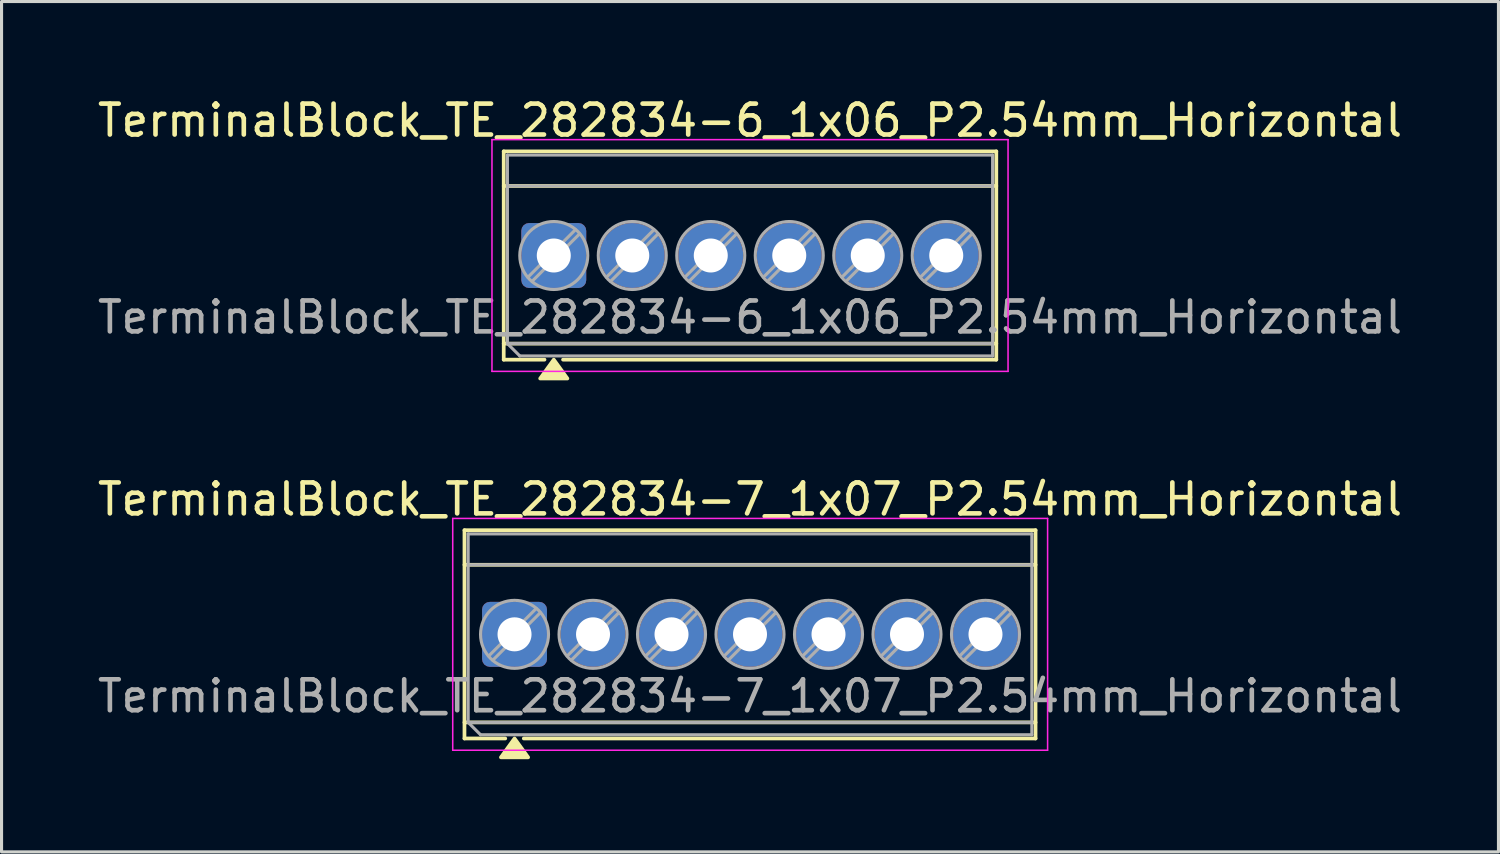
<source format=kicad_pcb>
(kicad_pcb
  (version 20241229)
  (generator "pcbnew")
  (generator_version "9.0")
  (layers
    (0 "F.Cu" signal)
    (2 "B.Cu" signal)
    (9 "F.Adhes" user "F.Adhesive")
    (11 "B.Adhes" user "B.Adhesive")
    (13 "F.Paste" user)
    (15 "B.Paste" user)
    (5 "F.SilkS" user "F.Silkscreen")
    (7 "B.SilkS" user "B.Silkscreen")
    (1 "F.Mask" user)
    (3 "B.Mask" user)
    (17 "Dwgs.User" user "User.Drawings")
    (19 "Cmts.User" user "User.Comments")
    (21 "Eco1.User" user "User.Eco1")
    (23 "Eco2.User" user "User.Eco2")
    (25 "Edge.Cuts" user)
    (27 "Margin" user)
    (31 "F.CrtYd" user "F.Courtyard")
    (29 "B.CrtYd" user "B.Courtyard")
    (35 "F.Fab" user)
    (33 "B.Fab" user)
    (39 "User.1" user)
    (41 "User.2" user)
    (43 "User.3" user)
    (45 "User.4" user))
  (footprint "TerminalBlock_TE_282834-6_1x06_P2.54mm_Horizontal"
    (layer "F.Cu")
    (at 14.87 5.218)
    (property "Reference" "TerminalBlock_TE_282834-6_1x06_P2.54mm_Horizontal" (at 6.35 -4.37 0) (layer "F.SilkS") (effects (font (size 1 1) (thickness 0.15))))
    (attr through_hole)
    (fp_line (start -1.62 -3.37) (end -1.62 3.37) (stroke (width 0.12) (type solid)) (layer "F.SilkS"))
    (fp_line (start -1.62 -3.37) (end 14.32 -3.37) (stroke (width 0.12) (type solid)) (layer "F.SilkS"))
    (fp_line (start -1.62 -2.25) (end 14.32 -2.25) (stroke (width 0.12) (type solid)) (layer "F.SilkS"))
    (fp_line (start -1.62 2.85) (end 14.32 2.85) (stroke (width 0.12) (type solid)) (layer "F.SilkS"))
    (fp_line (start -1.62 3.37) (end -0.3 3.37) (stroke (width 0.12) (type solid)) (layer "F.SilkS"))
    (fp_line (start 0.3 3.37) (end 14.32 3.37) (stroke (width 0.12) (type solid)) (layer "F.SilkS"))
    (fp_line (start 14.32 -3.37) (end 14.32 3.37) (stroke (width 0.12) (type solid)) (layer "F.SilkS"))
    (fp_poly (pts (xy 0 3.37) (xy 0.44 3.98) (xy -0.44 3.98)) (stroke (width 0.12) (type solid)) (fill yes) (layer "F.SilkS"))
    (fp_line (start -2 -3.75) (end -2 3.75) (stroke (width 0.05) (type solid)) (layer "F.CrtYd"))
    (fp_line (start -2 3.75) (end 14.7 3.75) (stroke (width 0.05) (type solid)) (layer "F.CrtYd"))
    (fp_line (start 14.7 -3.75) (end -2 -3.75) (stroke (width 0.05) (type solid)) (layer "F.CrtYd"))
    (fp_line (start 14.7 3.75) (end 14.7 -3.75) (stroke (width 0.05) (type solid)) (layer "F.CrtYd"))
    (fp_line (start -1.5 -3.25) (end 14.2 -3.25) (stroke (width 0.1) (type solid)) (layer "F.Fab"))
    (fp_line (start -1.5 -2.25) (end 14.2 -2.25) (stroke (width 0.1) (type solid)) (layer "F.Fab"))
    (fp_line (start -1.5 2.85) (end -1.5 -3.25) (stroke (width 0.1) (type solid)) (layer "F.Fab"))
    (fp_line (start -1.5 2.85) (end 14.2 2.85) (stroke (width 0.1) (type solid)) (layer "F.Fab"))
    (fp_line (start -1.1 3.25) (end -1.5 2.85) (stroke (width 0.1) (type solid)) (layer "F.Fab"))
    (fp_line (start 0.7 -0.834) (end -0.834 0.7) (stroke (width 0.1) (type solid)) (layer "F.Fab"))
    (fp_line (start 0.834 -0.7) (end -0.7 0.834) (stroke (width 0.1) (type solid)) (layer "F.Fab"))
    (fp_line (start 3.24 -0.834) (end 1.706 0.7) (stroke (width 0.1) (type solid)) (layer "F.Fab"))
    (fp_line (start 3.374 -0.7) (end 1.84 0.834) (stroke (width 0.1) (type solid)) (layer "F.Fab"))
    (fp_line (start 5.78 -0.834) (end 4.246 0.7) (stroke (width 0.1) (type solid)) (layer "F.Fab"))
    (fp_line (start 5.914 -0.7) (end 4.38 0.834) (stroke (width 0.1) (type solid)) (layer "F.Fab"))
    (fp_line (start 8.32 -0.834) (end 6.786 0.7) (stroke (width 0.1) (type solid)) (layer "F.Fab"))
    (fp_line (start 8.454 -0.7) (end 6.92 0.834) (stroke (width 0.1) (type solid)) (layer "F.Fab"))
    (fp_line (start 10.86 -0.834) (end 9.326 0.7) (stroke (width 0.1) (type solid)) (layer "F.Fab"))
    (fp_line (start 10.994 -0.7) (end 9.46 0.834) (stroke (width 0.1) (type solid)) (layer "F.Fab"))
    (fp_line (start 13.4 -0.834) (end 11.866 0.7) (stroke (width 0.1) (type solid)) (layer "F.Fab"))
    (fp_line (start 13.534 -0.7) (end 12 0.834) (stroke (width 0.1) (type solid)) (layer "F.Fab"))
    (fp_line (start 14.2 -3.25) (end 14.2 3.25) (stroke (width 0.1) (type solid)) (layer "F.Fab"))
    (fp_line (start 14.2 3.25) (end -1.1 3.25) (stroke (width 0.1) (type solid)) (layer "F.Fab"))
    (fp_circle (center 0 0) (end 1.1 0) (stroke (width 0.1) (type solid)) (fill no) (layer "F.Fab"))
    (fp_circle (center 2.54 0) (end 3.64 0) (stroke (width 0.1) (type solid)) (fill no) (layer "F.Fab"))
    (fp_circle (center 5.08 0) (end 6.18 0) (stroke (width 0.1) (type solid)) (fill no) (layer "F.Fab"))
    (fp_circle (center 7.62 0) (end 8.72 0) (stroke (width 0.1) (type solid)) (fill no) (layer "F.Fab"))
    (fp_circle (center 10.16 0) (end 11.26 0) (stroke (width 0.1) (type solid)) (fill no) (layer "F.Fab"))
    (fp_circle (center 12.7 0) (end 13.8 0) (stroke (width 0.1) (type solid)) (fill no) (layer "F.Fab"))
    (fp_text user "${REFERENCE}" (at 6.35 2 0) (layer "F.Fab") (effects (font (size 1 1) (thickness 0.15))))
    (pad "1" thru_hole roundrect (at 0 0) (size 2.1 2.1) (drill 1.1) (layers "*.Cu" "*.Mask") (roundrect_rratio 0.119))
    (pad "2" thru_hole circle (at 2.54 0) (size 2.1 2.1) (drill 1.1) (layers "*.Cu" "*.Mask"))
    (pad "3" thru_hole circle (at 5.08 0) (size 2.1 2.1) (drill 1.1) (layers "*.Cu" "*.Mask"))
    (pad "4" thru_hole circle (at 7.62 0) (size 2.1 2.1) (drill 1.1) (layers "*.Cu" "*.Mask"))
    (pad "5" thru_hole circle (at 10.16 0) (size 2.1 2.1) (drill 1.1) (layers "*.Cu" "*.Mask"))
    (pad "6" thru_hole circle (at 12.7 0) (size 2.1 2.1) (drill 1.1) (layers "*.Cu" "*.Mask")))
  (footprint "TerminalBlock_TE_282834-7_1x07_P2.54mm_Horizontal"
    (layer "F.Cu")
    (at 13.6 17.477)
    (property "Reference" "TerminalBlock_TE_282834-7_1x07_P2.54mm_Horizontal" (at 7.62 -4.37 0) (layer "F.SilkS") (effects (font (size 1 1) (thickness 0.15))))
    (attr through_hole)
    (fp_line (start -1.62 -3.37) (end -1.62 3.37) (stroke (width 0.12) (type solid)) (layer "F.SilkS"))
    (fp_line (start -1.62 -3.37) (end 16.86 -3.37) (stroke (width 0.12) (type solid)) (layer "F.SilkS"))
    (fp_line (start -1.62 -2.25) (end 16.86 -2.25) (stroke (width 0.12) (type solid)) (layer "F.SilkS"))
    (fp_line (start -1.62 2.85) (end 16.86 2.85) (stroke (width 0.12) (type solid)) (layer "F.SilkS"))
    (fp_line (start -1.62 3.37) (end -0.3 3.37) (stroke (width 0.12) (type solid)) (layer "F.SilkS"))
    (fp_line (start 0.3 3.37) (end 16.86 3.37) (stroke (width 0.12) (type solid)) (layer "F.SilkS"))
    (fp_line (start 16.86 -3.37) (end 16.86 3.37) (stroke (width 0.12) (type solid)) (layer "F.SilkS"))
    (fp_poly (pts (xy 0 3.37) (xy 0.44 3.98) (xy -0.44 3.98)) (stroke (width 0.12) (type solid)) (fill yes) (layer "F.SilkS"))
    (fp_line (start -2 -3.75) (end -2 3.75) (stroke (width 0.05) (type solid)) (layer "F.CrtYd"))
    (fp_line (start -2 3.75) (end 17.25 3.75) (stroke (width 0.05) (type solid)) (layer "F.CrtYd"))
    (fp_line (start 17.25 -3.75) (end -2 -3.75) (stroke (width 0.05) (type solid)) (layer "F.CrtYd"))
    (fp_line (start 17.25 3.75) (end 17.25 -3.75) (stroke (width 0.05) (type solid)) (layer "F.CrtYd"))
    (fp_line (start -1.5 -3.25) (end 16.74 -3.25) (stroke (width 0.1) (type solid)) (layer "F.Fab"))
    (fp_line (start -1.5 -2.25) (end 16.74 -2.25) (stroke (width 0.1) (type solid)) (layer "F.Fab"))
    (fp_line (start -1.5 2.85) (end -1.5 -3.25) (stroke (width 0.1) (type solid)) (layer "F.Fab"))
    (fp_line (start -1.5 2.85) (end 16.74 2.85) (stroke (width 0.1) (type solid)) (layer "F.Fab"))
    (fp_line (start -1.1 3.25) (end -1.5 2.85) (stroke (width 0.1) (type solid)) (layer "F.Fab"))
    (fp_line (start 0.7 -0.834) (end -0.834 0.7) (stroke (width 0.1) (type solid)) (layer "F.Fab"))
    (fp_line (start 0.834 -0.7) (end -0.7 0.834) (stroke (width 0.1) (type solid)) (layer "F.Fab"))
    (fp_line (start 3.24 -0.834) (end 1.706 0.7) (stroke (width 0.1) (type solid)) (layer "F.Fab"))
    (fp_line (start 3.374 -0.7) (end 1.84 0.834) (stroke (width 0.1) (type solid)) (layer "F.Fab"))
    (fp_line (start 5.78 -0.834) (end 4.246 0.7) (stroke (width 0.1) (type solid)) (layer "F.Fab"))
    (fp_line (start 5.914 -0.7) (end 4.38 0.834) (stroke (width 0.1) (type solid)) (layer "F.Fab"))
    (fp_line (start 8.32 -0.834) (end 6.786 0.7) (stroke (width 0.1) (type solid)) (layer "F.Fab"))
    (fp_line (start 8.454 -0.7) (end 6.92 0.834) (stroke (width 0.1) (type solid)) (layer "F.Fab"))
    (fp_line (start 10.86 -0.834) (end 9.326 0.7) (stroke (width 0.1) (type solid)) (layer "F.Fab"))
    (fp_line (start 10.994 -0.7) (end 9.46 0.834) (stroke (width 0.1) (type solid)) (layer "F.Fab"))
    (fp_line (start 13.4 -0.834) (end 11.866 0.7) (stroke (width 0.1) (type solid)) (layer "F.Fab"))
    (fp_line (start 13.534 -0.7) (end 12 0.834) (stroke (width 0.1) (type solid)) (layer "F.Fab"))
    (fp_line (start 15.94 -0.834) (end 14.406 0.7) (stroke (width 0.1) (type solid)) (layer "F.Fab"))
    (fp_line (start 16.074 -0.7) (end 14.54 0.834) (stroke (width 0.1) (type solid)) (layer "F.Fab"))
    (fp_line (start 16.74 -3.25) (end 16.74 3.25) (stroke (width 0.1) (type solid)) (layer "F.Fab"))
    (fp_line (start 16.74 3.25) (end -1.1 3.25) (stroke (width 0.1) (type solid)) (layer "F.Fab"))
    (fp_circle (center 0 0) (end 1.1 0) (stroke (width 0.1) (type solid)) (fill no) (layer "F.Fab"))
    (fp_circle (center 2.54 0) (end 3.64 0) (stroke (width 0.1) (type solid)) (fill no) (layer "F.Fab"))
    (fp_circle (center 5.08 0) (end 6.18 0) (stroke (width 0.1) (type solid)) (fill no) (layer "F.Fab"))
    (fp_circle (center 7.62 0) (end 8.72 0) (stroke (width 0.1) (type solid)) (fill no) (layer "F.Fab"))
    (fp_circle (center 10.16 0) (end 11.26 0) (stroke (width 0.1) (type solid)) (fill no) (layer "F.Fab"))
    (fp_circle (center 12.7 0) (end 13.8 0) (stroke (width 0.1) (type solid)) (fill no) (layer "F.Fab"))
    (fp_circle (center 15.24 0) (end 16.34 0) (stroke (width 0.1) (type solid)) (fill no) (layer "F.Fab"))
    (fp_text user "${REFERENCE}" (at 7.62 2 0) (layer "F.Fab") (effects (font (size 1 1) (thickness 0.15))))
    (pad "1" thru_hole roundrect (at 0 0) (size 2.1 2.1) (drill 1.1) (layers "*.Cu" "*.Mask") (roundrect_rratio 0.119))
    (pad "2" thru_hole circle (at 2.54 0) (size 2.1 2.1) (drill 1.1) (layers "*.Cu" "*.Mask"))
    (pad "3" thru_hole circle (at 5.08 0) (size 2.1 2.1) (drill 1.1) (layers "*.Cu" "*.Mask"))
    (pad "4" thru_hole circle (at 7.62 0) (size 2.1 2.1) (drill 1.1) (layers "*.Cu" "*.Mask"))
    (pad "5" thru_hole circle (at 10.16 0) (size 2.1 2.1) (drill 1.1) (layers "*.Cu" "*.Mask"))
    (pad "6" thru_hole circle (at 12.7 0) (size 2.1 2.1) (drill 1.1) (layers "*.Cu" "*.Mask"))
    (pad "7" thru_hole circle (at 15.24 0) (size 2.1 2.1) (drill 1.1) (layers "*.Cu" "*.Mask")))
  (gr_rect
    (start -3 -3)
    (end 45.44 24.517)
    (stroke (width 0.1) (type default))
    (fill no)
    (layer "Edge.Cuts")))
</source>
